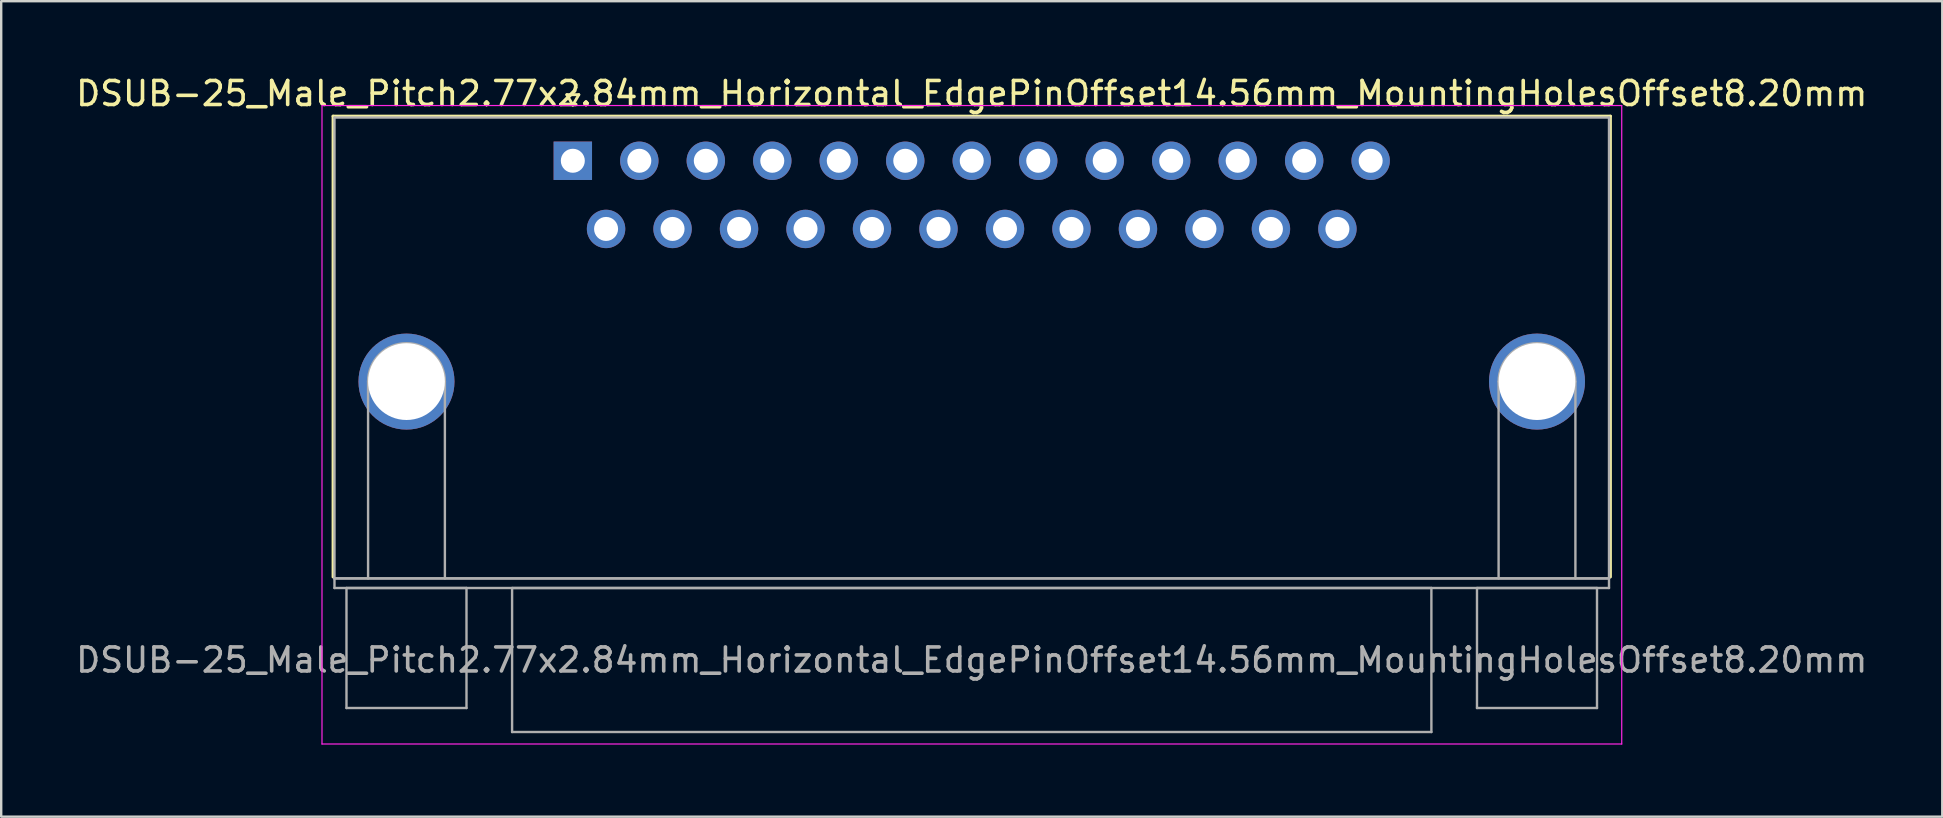
<source format=kicad_pcb>
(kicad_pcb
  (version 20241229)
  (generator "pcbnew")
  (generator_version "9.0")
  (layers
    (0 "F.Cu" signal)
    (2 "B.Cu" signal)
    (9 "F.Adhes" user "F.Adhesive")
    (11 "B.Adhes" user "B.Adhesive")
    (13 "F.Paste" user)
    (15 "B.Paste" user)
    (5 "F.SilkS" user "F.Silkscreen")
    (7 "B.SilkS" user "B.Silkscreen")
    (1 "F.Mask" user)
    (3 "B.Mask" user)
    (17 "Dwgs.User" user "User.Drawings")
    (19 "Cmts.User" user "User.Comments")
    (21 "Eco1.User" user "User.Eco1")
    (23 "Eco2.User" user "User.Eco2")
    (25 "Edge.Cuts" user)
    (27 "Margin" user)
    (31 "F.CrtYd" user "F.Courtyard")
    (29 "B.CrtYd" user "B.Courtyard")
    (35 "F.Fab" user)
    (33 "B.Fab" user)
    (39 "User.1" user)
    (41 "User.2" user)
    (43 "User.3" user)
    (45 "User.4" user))
  (footprint "DSUB-25_Male_Pitch2.77x2.84mm_Horizontal_EdgePinOffset14.56mm_MountingHolesOffset8.20mm"
    (layer "F.Cu")
    (at 20.815 3.648)
    (property "Reference" "DSUB-25_Male_Pitch2.77x2.84mm_Horizontal_EdgePinOffset14.56mm_MountingHolesOffset8.20mm" (at 16.62 -2.8 0) (layer "F.SilkS") (effects (font (size 1 1) (thickness 0.15))))
    (attr through_hole)
    (fp_line (start -9.99 -1.86) (end 43.23 -1.86) (stroke (width 0.12) (type solid)) (layer "F.SilkS"))
    (fp_line (start -9.99 17.34) (end -9.99 -1.86) (stroke (width 0.12) (type solid)) (layer "F.SilkS"))
    (fp_line (start -0.25 -2.754) (end 0.25 -2.754) (stroke (width 0.12) (type solid)) (layer "F.SilkS"))
    (fp_line (start 0 -2.321) (end -0.25 -2.754) (stroke (width 0.12) (type solid)) (layer "F.SilkS"))
    (fp_line (start 0.25 -2.754) (end 0 -2.321) (stroke (width 0.12) (type solid)) (layer "F.SilkS"))
    (fp_line (start 43.23 -1.86) (end 43.23 17.34) (stroke (width 0.12) (type solid)) (layer "F.SilkS"))
    (fp_line (start -10.45 -2.3) (end -10.45 24.3) (stroke (width 0.05) (type solid)) (layer "F.CrtYd"))
    (fp_line (start -10.45 24.3) (end 43.7 24.3) (stroke (width 0.05) (type solid)) (layer "F.CrtYd"))
    (fp_line (start 43.7 -2.3) (end -10.45 -2.3) (stroke (width 0.05) (type solid)) (layer "F.CrtYd"))
    (fp_line (start 43.7 24.3) (end 43.7 -2.3) (stroke (width 0.05) (type solid)) (layer "F.CrtYd"))
    (fp_line (start -9.93 -1.8) (end -9.93 17.4) (stroke (width 0.1) (type solid)) (layer "F.Fab"))
    (fp_line (start -9.93 17.4) (end -9.93 17.8) (stroke (width 0.1) (type solid)) (layer "F.Fab"))
    (fp_line (start -9.93 17.4) (end 43.17 17.4) (stroke (width 0.1) (type solid)) (layer "F.Fab"))
    (fp_line (start -9.93 17.8) (end 43.17 17.8) (stroke (width 0.1) (type solid)) (layer "F.Fab"))
    (fp_line (start -9.43 17.8) (end -9.43 22.8) (stroke (width 0.1) (type solid)) (layer "F.Fab"))
    (fp_line (start -9.43 22.8) (end -4.43 22.8) (stroke (width 0.1) (type solid)) (layer "F.Fab"))
    (fp_line (start -8.53 17.4) (end -8.53 9.2) (stroke (width 0.1) (type solid)) (layer "F.Fab"))
    (fp_line (start -5.33 17.4) (end -5.33 9.2) (stroke (width 0.1) (type solid)) (layer "F.Fab"))
    (fp_line (start -4.43 17.8) (end -9.43 17.8) (stroke (width 0.1) (type solid)) (layer "F.Fab"))
    (fp_line (start -4.43 22.8) (end -4.43 17.8) (stroke (width 0.1) (type solid)) (layer "F.Fab"))
    (fp_line (start -2.53 17.8) (end -2.53 23.8) (stroke (width 0.1) (type solid)) (layer "F.Fab"))
    (fp_line (start -2.53 23.8) (end 35.77 23.8) (stroke (width 0.1) (type solid)) (layer "F.Fab"))
    (fp_line (start 35.77 17.8) (end -2.53 17.8) (stroke (width 0.1) (type solid)) (layer "F.Fab"))
    (fp_line (start 35.77 23.8) (end 35.77 17.8) (stroke (width 0.1) (type solid)) (layer "F.Fab"))
    (fp_line (start 37.67 17.8) (end 37.67 22.8) (stroke (width 0.1) (type solid)) (layer "F.Fab"))
    (fp_line (start 37.67 22.8) (end 42.67 22.8) (stroke (width 0.1) (type solid)) (layer "F.Fab"))
    (fp_line (start 38.57 17.4) (end 38.57 9.2) (stroke (width 0.1) (type solid)) (layer "F.Fab"))
    (fp_line (start 41.77 17.4) (end 41.77 9.2) (stroke (width 0.1) (type solid)) (layer "F.Fab"))
    (fp_line (start 42.67 17.8) (end 37.67 17.8) (stroke (width 0.1) (type solid)) (layer "F.Fab"))
    (fp_line (start 42.67 22.8) (end 42.67 17.8) (stroke (width 0.1) (type solid)) (layer "F.Fab"))
    (fp_line (start 43.17 -1.8) (end -9.93 -1.8) (stroke (width 0.1) (type solid)) (layer "F.Fab"))
    (fp_line (start 43.17 17.4) (end -9.93 17.4) (stroke (width 0.1) (type solid)) (layer "F.Fab"))
    (fp_line (start 43.17 17.4) (end 43.17 -1.8) (stroke (width 0.1) (type solid)) (layer "F.Fab"))
    (fp_line (start 43.17 17.8) (end 43.17 17.4) (stroke (width 0.1) (type solid)) (layer "F.Fab"))
    (fp_arc (start -8.53 9.2) (mid -6.93 7.6) (end -5.33 9.2) (stroke (width 0.1) (type solid)) (layer "F.Fab"))
    (fp_arc (start 38.57 9.2) (mid 40.17 7.6) (end 41.77 9.2) (stroke (width 0.1) (type solid)) (layer "F.Fab"))
    (fp_text user "${REFERENCE}" (at 16.62 20.8 0) (layer "F.Fab") (effects (font (size 1 1) (thickness 0.15))))
    (pad "0" thru_hole circle (at -6.93 9.2) (size 4 4) (drill 3.2) (layers "*.Cu" "*.Mask"))
    (pad "0" thru_hole circle (at 40.17 9.2) (size 4 4) (drill 3.2) (layers "*.Cu" "*.Mask"))
    (pad "1" thru_hole rect (at 0 0) (size 1.6 1.6) (drill 1) (layers "*.Cu" "*.Mask"))
    (pad "2" thru_hole circle (at 2.77 0) (size 1.6 1.6) (drill 1) (layers "*.Cu" "*.Mask"))
    (pad "3" thru_hole circle (at 5.54 0) (size 1.6 1.6) (drill 1) (layers "*.Cu" "*.Mask"))
    (pad "4" thru_hole circle (at 8.31 0) (size 1.6 1.6) (drill 1) (layers "*.Cu" "*.Mask"))
    (pad "5" thru_hole circle (at 11.08 0) (size 1.6 1.6) (drill 1) (layers "*.Cu" "*.Mask"))
    (pad "6" thru_hole circle (at 13.85 0) (size 1.6 1.6) (drill 1) (layers "*.Cu" "*.Mask"))
    (pad "7" thru_hole circle (at 16.62 0) (size 1.6 1.6) (drill 1) (layers "*.Cu" "*.Mask"))
    (pad "8" thru_hole circle (at 19.39 0) (size 1.6 1.6) (drill 1) (layers "*.Cu" "*.Mask"))
    (pad "9" thru_hole circle (at 22.16 0) (size 1.6 1.6) (drill 1) (layers "*.Cu" "*.Mask"))
    (pad "10" thru_hole circle (at 24.93 0) (size 1.6 1.6) (drill 1) (layers "*.Cu" "*.Mask"))
    (pad "11" thru_hole circle (at 27.7 0) (size 1.6 1.6) (drill 1) (layers "*.Cu" "*.Mask"))
    (pad "12" thru_hole circle (at 30.47 0) (size 1.6 1.6) (drill 1) (layers "*.Cu" "*.Mask"))
    (pad "13" thru_hole circle (at 33.24 0) (size 1.6 1.6) (drill 1) (layers "*.Cu" "*.Mask"))
    (pad "14" thru_hole circle (at 1.385 2.84) (size 1.6 1.6) (drill 1) (layers "*.Cu" "*.Mask"))
    (pad "15" thru_hole circle (at 4.155 2.84) (size 1.6 1.6) (drill 1) (layers "*.Cu" "*.Mask"))
    (pad "16" thru_hole circle (at 6.925 2.84) (size 1.6 1.6) (drill 1) (layers "*.Cu" "*.Mask"))
    (pad "17" thru_hole circle (at 9.695 2.84) (size 1.6 1.6) (drill 1) (layers "*.Cu" "*.Mask"))
    (pad "18" thru_hole circle (at 12.465 2.84) (size 1.6 1.6) (drill 1) (layers "*.Cu" "*.Mask"))
    (pad "19" thru_hole circle (at 15.235 2.84) (size 1.6 1.6) (drill 1) (layers "*.Cu" "*.Mask"))
    (pad "20" thru_hole circle (at 18.005 2.84) (size 1.6 1.6) (drill 1) (layers "*.Cu" "*.Mask"))
    (pad "21" thru_hole circle (at 20.775 2.84) (size 1.6 1.6) (drill 1) (layers "*.Cu" "*.Mask"))
    (pad "22" thru_hole circle (at 23.545 2.84) (size 1.6 1.6) (drill 1) (layers "*.Cu" "*.Mask"))
    (pad "23" thru_hole circle (at 26.315 2.84) (size 1.6 1.6) (drill 1) (layers "*.Cu" "*.Mask"))
    (pad "24" thru_hole circle (at 29.085 2.84) (size 1.6 1.6) (drill 1) (layers "*.Cu" "*.Mask"))
    (pad "25" thru_hole circle (at 31.855 2.84) (size 1.6 1.6) (drill 1) (layers "*.Cu" "*.Mask")))
  (gr_rect
    (start -3 -3)
    (end 77.869 30.973)
    (stroke (width 0.1) (type default))
    (fill no)
    (layer "Edge.Cuts")))
</source>
